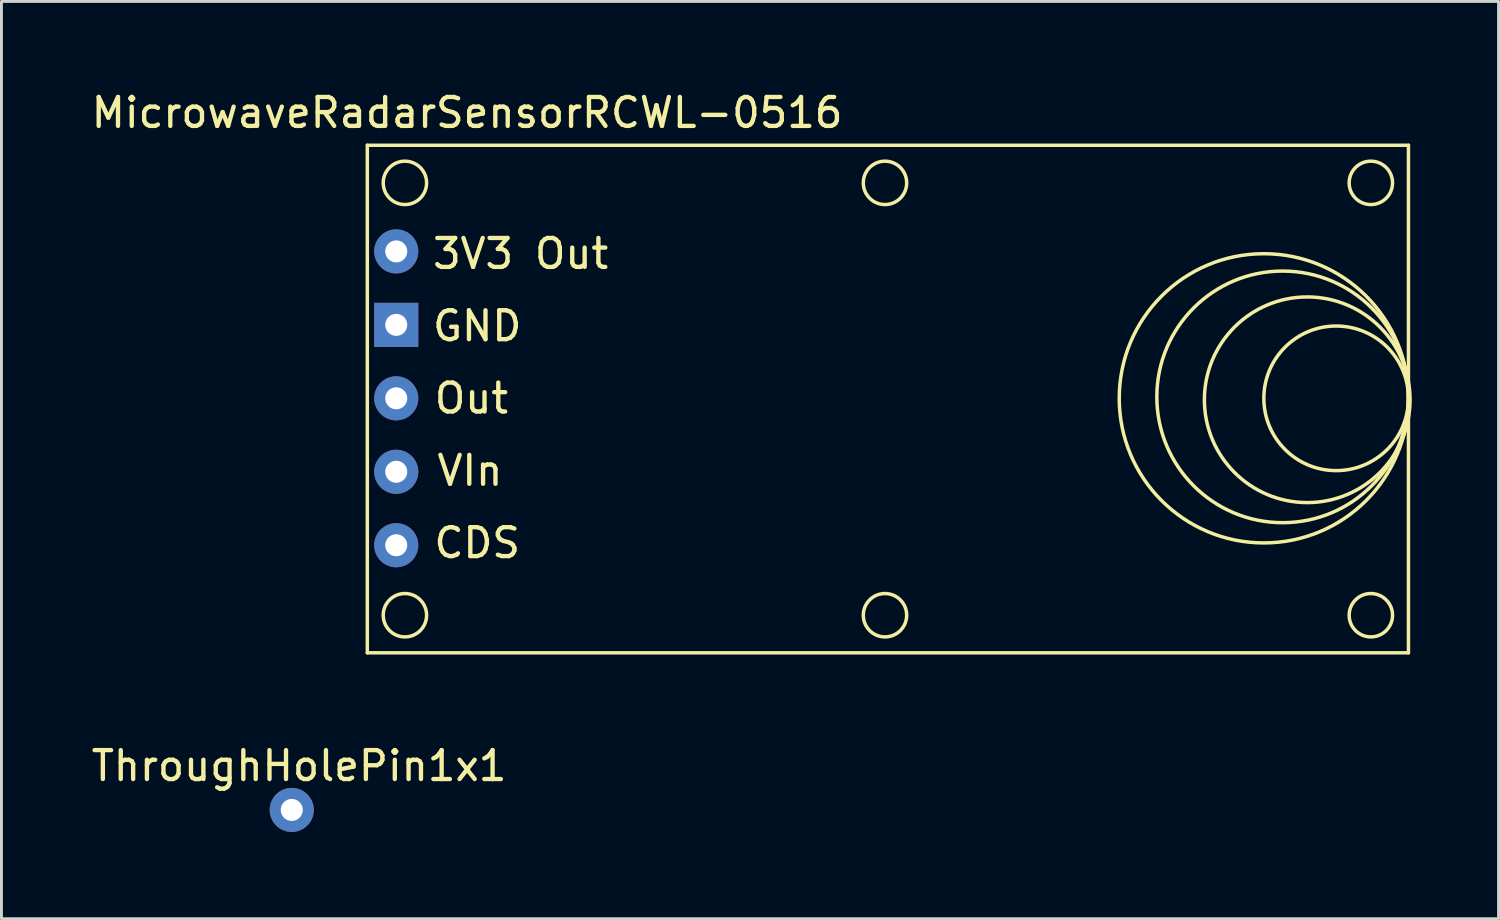
<source format=kicad_pcb>
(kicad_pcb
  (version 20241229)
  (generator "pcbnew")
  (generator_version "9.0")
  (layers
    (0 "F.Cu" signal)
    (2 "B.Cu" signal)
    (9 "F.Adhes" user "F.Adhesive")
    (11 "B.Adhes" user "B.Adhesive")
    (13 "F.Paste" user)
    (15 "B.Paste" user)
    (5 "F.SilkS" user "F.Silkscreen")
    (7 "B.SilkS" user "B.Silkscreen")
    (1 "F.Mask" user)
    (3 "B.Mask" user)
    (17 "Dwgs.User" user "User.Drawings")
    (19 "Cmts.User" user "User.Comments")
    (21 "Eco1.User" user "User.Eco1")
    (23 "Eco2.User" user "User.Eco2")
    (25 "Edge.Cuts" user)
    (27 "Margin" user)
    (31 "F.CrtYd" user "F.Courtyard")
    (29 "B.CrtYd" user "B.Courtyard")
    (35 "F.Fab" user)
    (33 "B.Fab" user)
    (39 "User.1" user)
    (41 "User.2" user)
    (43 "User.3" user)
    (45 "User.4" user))
  (footprint "MicrowaveRadarSensorRCWL-0516"
    (layer "F.Cu")
    (at 10.651 5.623)
    (property "Reference" "MicrowaveRadarSensorRCWL-0516" (at 2.45 -4.775 0) (layer "F.SilkS") (effects (font (size 1 1) (thickness 0.15))))
    (attr through_hole)
    (fp_line (start -1 -3.65) (end -1 13.9) (stroke (width 0.12) (type solid)) (layer "F.SilkS"))
    (fp_line (start -1 13.9) (end 35 13.9) (stroke (width 0.12) (type solid)) (layer "F.SilkS"))
    (fp_line (start 35 -3.65) (end -1 -3.65) (stroke (width 0.12) (type solid)) (layer "F.SilkS"))
    (fp_line (start 35 13.9) (end 35 -3.65) (stroke (width 0.12) (type solid)) (layer "F.SilkS"))
    (fp_circle (center 0.3 -2.35) (end 1.05 -2.35) (stroke (width 0.12) (type solid)) (fill no) (layer "F.SilkS"))
    (fp_circle (center 0.3 12.6) (end 1.05 12.6) (stroke (width 0.12) (type solid)) (fill no) (layer "F.SilkS"))
    (fp_circle (center 16.9 -2.35) (end 17.65 -2.35) (stroke (width 0.12) (type solid)) (fill no) (layer "F.SilkS"))
    (fp_circle (center 16.9 12.6) (end 17.65 12.6) (stroke (width 0.12) (type solid)) (fill no) (layer "F.SilkS"))
    (fp_circle (center 30 5.1) (end 35 5.05) (stroke (width 0.12) (type solid)) (fill no) (layer "F.SilkS"))
    (fp_circle (center 30.65 5.05) (end 35 5.1) (stroke (width 0.12) (type solid)) (fill no) (layer "F.SilkS"))
    (fp_circle (center 31.5 5.15) (end 35.05 5.35) (stroke (width 0.12) (type solid)) (fill no) (layer "F.SilkS"))
    (fp_circle (center 32.5 5.1) (end 35 5.1) (stroke (width 0.12) (type solid)) (fill no) (layer "F.SilkS"))
    (fp_circle (center 33.7 -2.35) (end 32.95 -2.35) (stroke (width 0.12) (type solid)) (fill no) (layer "F.SilkS"))
    (fp_circle (center 33.7 12.6) (end 32.95 12.6) (stroke (width 0.12) (type solid)) (fill no) (layer "F.SilkS"))
    (fp_text user "CDS" (at 2.8 10.1 0) (layer "F.SilkS") (effects (font (size 1 1) (thickness 0.15))))
    (fp_text user "VIn" (at 2.55 7.6 0) (layer "F.SilkS") (effects (font (size 1 1) (thickness 0.15))))
    (fp_text user "GND" (at 2.8 2.6 0) (layer "F.SilkS") (effects (font (size 1 1) (thickness 0.15))))
    (fp_text user "3V3 Out" (at 4.3 0.1 0) (layer "F.SilkS") (effects (font (size 1 1) (thickness 0.15))))
    (fp_text user "Out" (at 2.6 5.1 0) (layer "F.SilkS") (effects (font (size 1 1) (thickness 0.15))))
    (pad "1" thru_hole circle (at 0 0.02) (size 1.524 1.524) (drill 0.762) (layers "*.Cu" "*.Mask"))
    (pad "2" thru_hole rect (at 0 2.56) (size 1.524 1.524) (drill 0.762) (layers "*.Cu" "*.Mask"))
    (pad "3" thru_hole circle (at 0 5.1) (size 1.524 1.524) (drill 0.762) (layers "*.Cu" "*.Mask"))
    (pad "4" thru_hole circle (at 0 7.64) (size 1.524 1.524) (drill 0.762) (layers "*.Cu" "*.Mask"))
    (pad "5" thru_hole circle (at 0 10.18) (size 1.524 1.524) (drill 0.762) (layers "*.Cu" "*.Mask")))
  (footprint "ThroughHolePin1x1"
    (layer "F.Cu")
    (at 7.038 24.956)
    (property "Reference" "ThroughHolePin1x1" (at 0.254 -1.524 0) (layer "F.SilkS") (effects (font (size 1 1) (thickness 0.15))))
    (attr through_hole)
    (pad "1" thru_hole circle (at 0 0) (size 1.524 1.524) (drill 0.762) (layers "*.Cu" "*.Mask")))
  (gr_rect
    (start -3 -3)
    (end 48.767 28.718)
    (stroke (width 0.1) (type default))
    (fill no)
    (layer "Edge.Cuts")))
</source>
